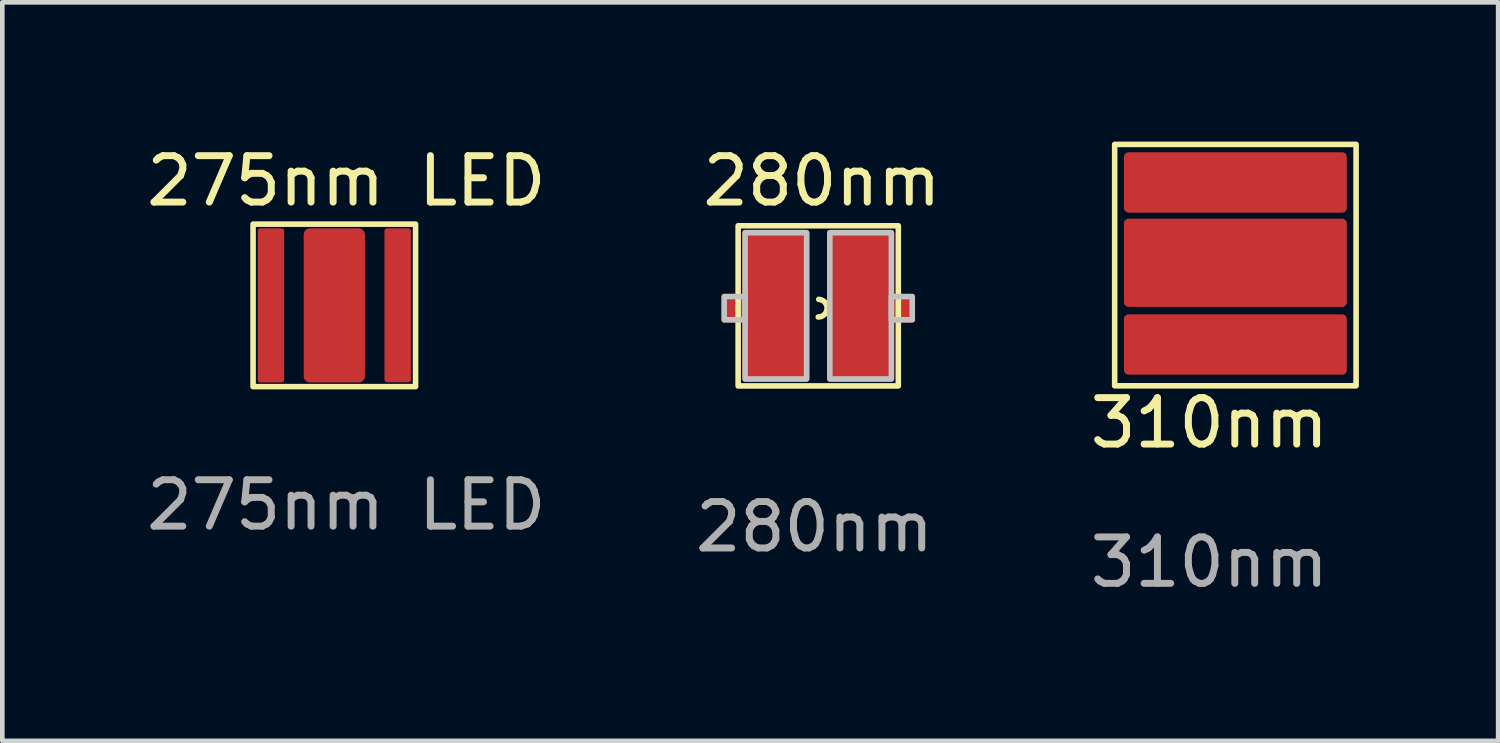
<source format=kicad_pcb>
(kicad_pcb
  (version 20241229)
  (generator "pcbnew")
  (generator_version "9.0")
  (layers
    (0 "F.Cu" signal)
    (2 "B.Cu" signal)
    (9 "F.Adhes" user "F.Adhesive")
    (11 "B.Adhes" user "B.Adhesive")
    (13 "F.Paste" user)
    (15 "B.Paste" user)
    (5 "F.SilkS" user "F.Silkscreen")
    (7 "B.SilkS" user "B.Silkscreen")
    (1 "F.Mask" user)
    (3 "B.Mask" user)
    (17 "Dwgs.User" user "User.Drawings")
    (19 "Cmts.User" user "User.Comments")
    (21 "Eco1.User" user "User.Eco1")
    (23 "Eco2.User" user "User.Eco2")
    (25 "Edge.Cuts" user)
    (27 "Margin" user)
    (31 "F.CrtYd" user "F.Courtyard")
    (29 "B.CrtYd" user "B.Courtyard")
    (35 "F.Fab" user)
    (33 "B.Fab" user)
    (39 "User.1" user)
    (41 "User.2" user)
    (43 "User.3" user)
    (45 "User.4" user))
  (footprint "310nm"
    (layer "F.Cu")
    (at 22.999 6.56)
    (property "Reference" "310nm" (at 0 -0.5 0) (unlocked yes) (layer "F.SilkS") (effects (font (size 1 1) (thickness 0.15))))
    (attr smd)
    (fp_rect (start -1.74 -6.23) (end 2.86 -5.13) (stroke (width 0.2) (type solid)) (fill no) (layer "F.Cu"))
    (fp_rect (start -1.74 -4.8) (end 2.86 -3.1) (stroke (width 0.2) (type solid)) (fill no) (layer "F.Cu"))
    (fp_rect (start -1.74 -2.74) (end 2.86 -1.64) (stroke (width 0.2) (type solid)) (fill no) (layer "F.Cu"))
    (fp_rect (start -2.04 -6.5) (end 3.16 -1.3) (stroke (width 0.12) (type solid)) (fill no) (layer "F.SilkS"))
    (fp_text user "${REFERENCE}" (at 0 2.5 0) (unlocked yes) (layer "F.Fab") (effects (font (size 1 1) (thickness 0.15))))
    (pad "1" smd roundrect (at 0.53 -5.69) (size 4.652 1.136) (layers "F.Cu" "F.Mask" "F.Paste") (roundrect_rratio 0.25))
    (pad "2" smd roundrect (at 0.56 -2.17) (size 4.697 1.201) (layers "F.Cu" "F.Mask" "F.Paste") (roundrect_rratio 0.25))
    (pad "3" smd roundrect (at 0.56 -3.96) (size 4.76 1.83) (layers "F.Cu" "F.Mask" "F.Paste") (roundrect_rratio 0.25)))
  (footprint "275nm LED"
    (layer "F.Cu")
    (at 4.081 3.418)
    (property "Reference" "275nm LED" (at 0.33 -2.57 0) (unlocked yes) (layer "F.SilkS") (effects (font (size 1 1) (thickness 0.15))))
    (attr smd)
    (fp_rect (start -1.68 1.86) (end 1.82 -1.64) (stroke (width 0.12) (type solid)) (fill no) (layer "F.SilkS"))
    (fp_text user "${REFERENCE}" (at 0.33 4.41 0) (unlocked yes) (layer "F.Fab") (effects (font (size 1 1) (thickness 0.15))))
    (pad "+" smd roundrect (at 1.435 0.108) (size 0.57 3.316) (layers "F.Cu" "F.Mask" "F.Paste") (roundrect_rratio 0.1))
    (pad "-" smd roundrect (at -1.295 0.11) (size 0.57 3.32) (layers "F.Cu" "F.Mask" "F.Paste") (roundrect_rratio 0.1))
    (pad "ESD" smd roundrect (at 0.07 0.11) (size 1.32 3.32) (layers "F.Cu" "F.Mask" "F.Paste") (roundrect_rratio 0.1)))
  (footprint "280nm"
    (layer "F.Cu")
    (at 14.574 3.588)
    (property "Reference" "280nm" (at 0.08 -2.74 0) (unlocked yes) (layer "F.SilkS") (effects (font (size 1 1) (thickness 0.15))))
    (attr smd)
    (fp_rect (start -1.725 -1.775) (end 1.725 1.675) (stroke (width 0.12) (type solid)) (fill no) (layer "F.SilkS"))
    (fp_arc (start 0.01 -0.19) (mid 0.190065 0.00487) (end 0 0.19) (stroke (width 0.12) (type solid)) (layer "F.SilkS"))
    (fp_rect (start -1.575 -1.625) (end -0.25 1.525) (stroke (width 0.12) (type solid)) (fill no) (layer "Dwgs.User"))
    (fp_rect (start -1.575 0.25) (end -2.025 -0.25) (stroke (width 0.12) (type solid)) (fill no) (layer "Dwgs.User"))
    (fp_rect (start 0.25 -1.625) (end 1.575 1.525) (stroke (width 0.12) (type solid)) (fill no) (layer "Dwgs.User"))
    (fp_rect (start 2.025 0.25) (end 1.575 -0.25) (stroke (width 0.12) (type solid)) (fill no) (layer "Dwgs.User"))
    (fp_text user "${REFERENCE}" (at -0.08 4.71 0) (unlocked yes) (layer "F.Fab") (effects (font (size 1 1) (thickness 0.15))))
    (pad "+" smd roundrect (at -0.915 -0.05) (size 1.45 3.28) (layers "F.Cu" "F.Mask" "F.Paste") (roundrect_rratio 0.05))
    (pad "-" smd roundrect (at 0.915 -0.05) (size 1.45 3.28) (layers "F.Cu" "F.Mask" "F.Paste") (roundrect_rratio 0.05))
    (pad "3" smd roundrect (at -1.8 0) (size 0.57 0.62) (layers "F.Cu" "F.Mask" "F.Paste") (roundrect_rratio 0.1))
    (pad "3" smd roundrect (at 1.8 0) (size 0.57 0.62) (layers "F.Cu" "F.Mask" "F.Paste") (roundrect_rratio 0.1)))
  (gr_rect
    (start -3 -3)
    (end 29.219 12.908)
    (stroke (width 0.1) (type default))
    (fill no)
    (layer "Edge.Cuts")))
</source>
